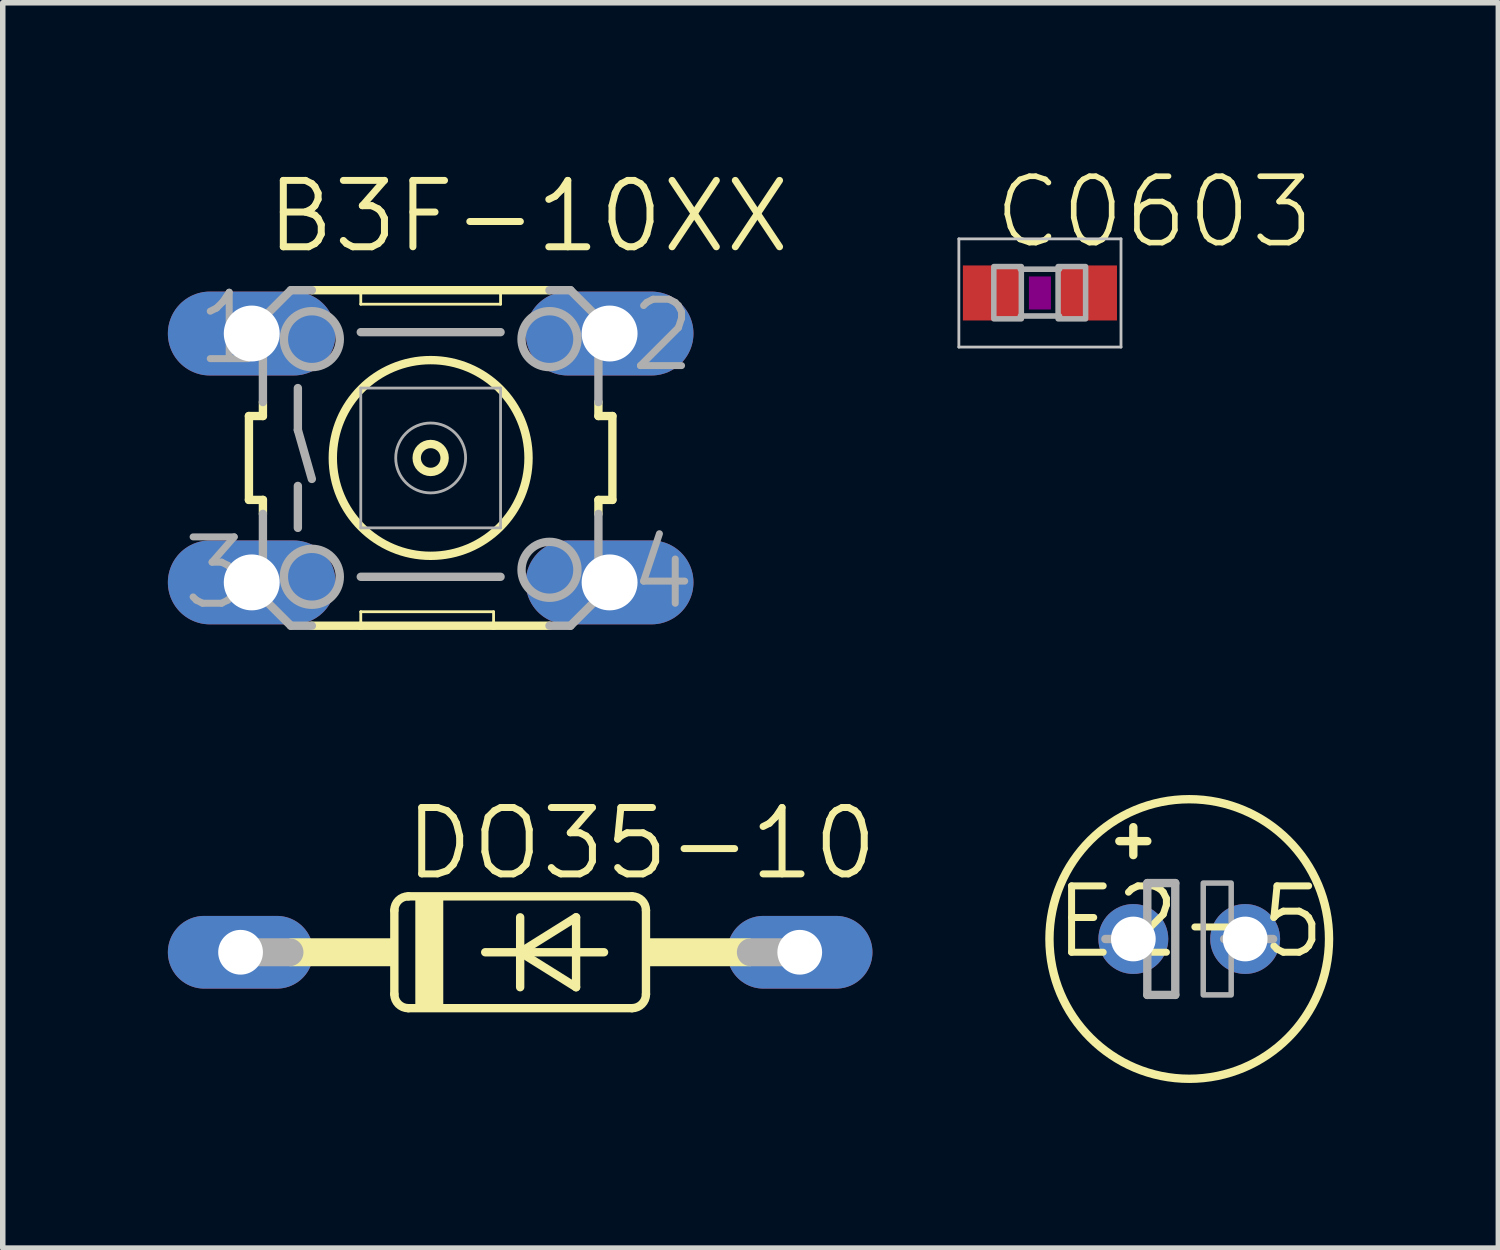
<source format=kicad_pcb>
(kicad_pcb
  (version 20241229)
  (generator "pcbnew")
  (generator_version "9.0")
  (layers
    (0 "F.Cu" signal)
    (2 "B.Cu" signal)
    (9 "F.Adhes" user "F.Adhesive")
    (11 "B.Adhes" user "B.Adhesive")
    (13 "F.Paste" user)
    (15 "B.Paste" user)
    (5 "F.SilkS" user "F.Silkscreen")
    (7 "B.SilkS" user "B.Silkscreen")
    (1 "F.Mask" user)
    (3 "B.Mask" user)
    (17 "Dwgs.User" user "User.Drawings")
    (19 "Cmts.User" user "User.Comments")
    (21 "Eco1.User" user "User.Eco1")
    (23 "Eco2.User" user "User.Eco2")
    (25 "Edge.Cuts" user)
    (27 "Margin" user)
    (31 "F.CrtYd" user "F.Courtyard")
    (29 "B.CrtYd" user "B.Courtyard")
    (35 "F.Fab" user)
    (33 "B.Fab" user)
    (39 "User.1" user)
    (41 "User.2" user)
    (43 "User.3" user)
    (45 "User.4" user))
  (footprint "E2-5"
    (layer "F.Cu")
    (at 18.558 14.011)
    (property "Reference" "E2-5" (at 2.54 -1.016 0) (layer "F.SilkS") (effects (font (size 1.206 1.206) (thickness 0.127)) (justify right top)))
    (attr through_hole)
    (fp_line (start -1.27 -1.778) (end -0.762 -1.778) (stroke (width 0.152) (type solid)) (layer "F.SilkS"))
    (fp_line (start -1.016 -1.524) (end -1.016 -2.032) (stroke (width 0.152) (type solid)) (layer "F.SilkS"))
    (fp_circle (center 0 0) (end 2.54 0) (stroke (width 0.152) (type solid)) (fill no) (layer "F.SilkS"))
    (fp_line (start -1.524 0) (end -0.762 0) (stroke (width 0.152) (type solid)) (layer "F.Fab"))
    (fp_line (start -0.762 -1.016) (end -0.762 0) (stroke (width 0.152) (type solid)) (layer "F.Fab"))
    (fp_line (start -0.762 0) (end -0.762 1.016) (stroke (width 0.152) (type solid)) (layer "F.Fab"))
    (fp_line (start -0.762 1.016) (end -0.254 1.016) (stroke (width 0.152) (type solid)) (layer "F.Fab"))
    (fp_line (start -0.254 -1.016) (end -0.762 -1.016) (stroke (width 0.152) (type solid)) (layer "F.Fab"))
    (fp_line (start -0.254 1.016) (end -0.254 -1.016) (stroke (width 0.152) (type solid)) (layer "F.Fab"))
    (fp_line (start 0.635 0) (end 1.524 0) (stroke (width 0.152) (type solid)) (layer "F.Fab"))
    (fp_poly (pts (xy 0.254 1.016) (xy 0.762 1.016) (xy 0.762 -1.016) (xy 0.254 -1.016)) (stroke (width 0.1) (type solid)) (fill no) (layer "F.Fab"))
    (pad "+" thru_hole circle (at -1.016 0) (size 1.27 1.27) (drill 0.813) (layers "*.Cu" "*.Mask"))
    (pad "-" thru_hole circle (at 1.016 0) (size 1.27 1.27) (drill 0.813) (layers "*.Cu" "*.Mask")))
  (footprint "DO35-10"
    (layer "F.Cu")
    (at 6.401 14.252)
    (property "Reference" "DO35-10" (at -2.159 -1.27 0) (layer "F.SilkS") (effects (font (size 1.206 1.206) (thickness 0.127)) (justify left bottom)))
    (attr through_hole)
    (fp_line (start -2.286 -0.762) (end -2.286 0.762) (stroke (width 0.152) (type solid)) (layer "F.SilkS"))
    (fp_line (start -2.032 -1.016) (end 2.032 -1.016) (stroke (width 0.152) (type solid)) (layer "F.SilkS"))
    (fp_line (start -2.032 1.016) (end 2.032 1.016) (stroke (width 0.152) (type solid)) (layer "F.SilkS"))
    (fp_line (start -0.635 0) (end 0 0) (stroke (width 0.152) (type solid)) (layer "F.SilkS"))
    (fp_line (start 0 -0.635) (end 0 0) (stroke (width 0.152) (type solid)) (layer "F.SilkS"))
    (fp_line (start 0 0) (end 0 0.635) (stroke (width 0.152) (type solid)) (layer "F.SilkS"))
    (fp_line (start 0 0) (end 1.016 -0.635) (stroke (width 0.152) (type solid)) (layer "F.SilkS"))
    (fp_line (start 0 0) (end 1.524 0) (stroke (width 0.152) (type solid)) (layer "F.SilkS"))
    (fp_line (start 1.016 -0.635) (end 1.016 0.635) (stroke (width 0.152) (type solid)) (layer "F.SilkS"))
    (fp_line (start 1.016 0.635) (end 0 0) (stroke (width 0.152) (type solid)) (layer "F.SilkS"))
    (fp_line (start 2.286 0.762) (end 2.286 -0.762) (stroke (width 0.152) (type solid)) (layer "F.SilkS"))
    (fp_arc (start -2.286 -0.762) (mid -2.211605 -0.941605) (end -2.032 -1.016) (stroke (width 0.1524) (type solid)) (layer "F.SilkS"))
    (fp_arc (start -2.032 1.016) (mid -2.211605 0.941605) (end -2.286 0.762) (stroke (width 0.1524) (type solid)) (layer "F.SilkS"))
    (fp_arc (start 2.032 -1.016) (mid 2.211605 -0.941605) (end 2.286 -0.762) (stroke (width 0.1524) (type solid)) (layer "F.SilkS"))
    (fp_arc (start 2.286 0.762) (mid 2.211605 0.941605) (end 2.032 1.016) (stroke (width 0.1524) (type solid)) (layer "F.SilkS"))
    (fp_poly (pts (xy -4.191 0.254) (xy -2.286 0.254) (xy -2.286 -0.254) (xy -4.191 -0.254)) (stroke (width 0) (type solid)) (fill yes) (layer "F.SilkS"))
    (fp_poly (pts (xy -1.905 1.016) (xy -1.397 1.016) (xy -1.397 -1.016) (xy -1.905 -1.016)) (stroke (width 0) (type solid)) (fill yes) (layer "F.SilkS"))
    (fp_poly (pts (xy 2.286 0.254) (xy 4.191 0.254) (xy 4.191 -0.254) (xy 2.286 -0.254)) (stroke (width 0) (type solid)) (fill yes) (layer "F.SilkS"))
    (fp_line (start -5.08 0) (end -4.191 0) (stroke (width 0.508) (type solid)) (layer "F.Fab"))
    (fp_line (start 5.08 0) (end 4.191 0) (stroke (width 0.508) (type solid)) (layer "F.Fab"))
    (pad "A" thru_hole oval (at 5.08 0) (size 2.642 1.321) (drill 0.813) (layers "*.Cu" "*.Mask"))
    (pad "C" thru_hole oval (at -5.08 0) (size 2.642 1.321) (drill 0.813) (layers "*.Cu" "*.Mask")))
  (footprint "B3F-10XX"
    (layer "F.Cu")
    (at 4.775 5.271)
    (property "Reference" "B3F-10XX" (at -3.048 -3.683 0) (layer "F.SilkS") (effects (font (size 1.206 1.206) (thickness 0.127)) (justify left bottom)))
    (attr through_hole)
    (fp_line (start -3.302 -0.762) (end -3.302 0.762) (stroke (width 0.152) (type solid)) (layer "F.SilkS"))
    (fp_line (start -3.302 -0.762) (end -3.048 -0.762) (stroke (width 0.152) (type solid)) (layer "F.SilkS"))
    (fp_line (start -3.048 -0.762) (end -3.048 -1.016) (stroke (width 0.152) (type solid)) (layer "F.SilkS"))
    (fp_line (start -3.048 0.762) (end -3.302 0.762) (stroke (width 0.152) (type solid)) (layer "F.SilkS"))
    (fp_line (start -3.048 0.762) (end -3.048 1.016) (stroke (width 0.152) (type solid)) (layer "F.SilkS"))
    (fp_line (start -2.159 3.048) (end -1.27 3.048) (stroke (width 0.152) (type solid)) (layer "F.SilkS"))
    (fp_line (start -1.27 -3.048) (end -2.159 -3.048) (stroke (width 0.152) (type solid)) (layer "F.SilkS"))
    (fp_line (start -1.27 -3.048) (end -1.27 -2.794) (stroke (width 0.051) (type solid)) (layer "F.SilkS"))
    (fp_line (start -1.27 2.794) (end -1.27 3.048) (stroke (width 0.051) (type solid)) (layer "F.SilkS"))
    (fp_line (start -1.27 3.048) (end 1.143 3.048) (stroke (width 0.152) (type solid)) (layer "F.SilkS"))
    (fp_line (start 1.143 2.794) (end -1.27 2.794) (stroke (width 0.051) (type solid)) (layer "F.SilkS"))
    (fp_line (start 1.143 2.794) (end 1.143 3.048) (stroke (width 0.051) (type solid)) (layer "F.SilkS"))
    (fp_line (start 1.143 3.048) (end 2.159 3.048) (stroke (width 0.152) (type solid)) (layer "F.SilkS"))
    (fp_line (start 1.27 -3.048) (end -1.27 -3.048) (stroke (width 0.152) (type solid)) (layer "F.SilkS"))
    (fp_line (start 1.27 -2.794) (end -1.27 -2.794) (stroke (width 0.051) (type solid)) (layer "F.SilkS"))
    (fp_line (start 1.27 -2.794) (end 1.27 -3.048) (stroke (width 0.051) (type solid)) (layer "F.SilkS"))
    (fp_line (start 2.159 -3.048) (end 1.27 -3.048) (stroke (width 0.152) (type solid)) (layer "F.SilkS"))
    (fp_line (start 3.048 -0.762) (end 3.048 -1.016) (stroke (width 0.152) (type solid)) (layer "F.SilkS"))
    (fp_line (start 3.048 -0.762) (end 3.302 -0.762) (stroke (width 0.152) (type solid)) (layer "F.SilkS"))
    (fp_line (start 3.048 0.762) (end 3.048 1.016) (stroke (width 0.152) (type solid)) (layer "F.SilkS"))
    (fp_line (start 3.302 0.762) (end 3.048 0.762) (stroke (width 0.152) (type solid)) (layer "F.SilkS"))
    (fp_line (start 3.302 0.762) (end 3.302 -0.762) (stroke (width 0.152) (type solid)) (layer "F.SilkS"))
    (fp_circle (center 0 0) (end 0.254 0) (stroke (width 0.152) (type solid)) (fill no) (layer "F.SilkS"))
    (fp_circle (center 0 0) (end 1.778 0) (stroke (width 0.152) (type solid)) (fill no) (layer "F.SilkS"))
    (fp_line (start -3.048 -2.54) (end -3.048 -1.016) (stroke (width 0.152) (type solid)) (layer "F.Fab"))
    (fp_line (start -3.048 2.54) (end -3.048 1.016) (stroke (width 0.152) (type solid)) (layer "F.Fab"))
    (fp_line (start -2.54 -3.048) (end -3.048 -2.54) (stroke (width 0.152) (type solid)) (layer "F.Fab"))
    (fp_line (start -2.54 -3.048) (end -2.159 -3.048) (stroke (width 0.152) (type solid)) (layer "F.Fab"))
    (fp_line (start -2.54 3.048) (end -3.048 2.54) (stroke (width 0.152) (type solid)) (layer "F.Fab"))
    (fp_line (start -2.54 3.048) (end -2.159 3.048) (stroke (width 0.152) (type solid)) (layer "F.Fab"))
    (fp_line (start -2.413 -1.27) (end -2.413 -0.508) (stroke (width 0.152) (type solid)) (layer "F.Fab"))
    (fp_line (start -2.413 -0.508) (end -2.159 0.381) (stroke (width 0.152) (type solid)) (layer "F.Fab"))
    (fp_line (start -2.413 0.508) (end -2.413 1.27) (stroke (width 0.152) (type solid)) (layer "F.Fab"))
    (fp_line (start -1.27 -1.27) (end -1.27 1.27) (stroke (width 0.051) (type solid)) (layer "F.Fab"))
    (fp_line (start -1.27 -1.27) (end 1.27 -1.27) (stroke (width 0.051) (type solid)) (layer "F.Fab"))
    (fp_line (start -1.27 2.159) (end 1.27 2.159) (stroke (width 0.152) (type solid)) (layer "F.Fab"))
    (fp_line (start 1.27 -2.286) (end -1.27 -2.286) (stroke (width 0.152) (type solid)) (layer "F.Fab"))
    (fp_line (start 1.27 1.27) (end -1.27 1.27) (stroke (width 0.051) (type solid)) (layer "F.Fab"))
    (fp_line (start 1.27 1.27) (end 1.27 -1.27) (stroke (width 0.051) (type solid)) (layer "F.Fab"))
    (fp_line (start 2.54 -3.048) (end 2.159 -3.048) (stroke (width 0.152) (type solid)) (layer "F.Fab"))
    (fp_line (start 2.54 3.048) (end 2.159 3.048) (stroke (width 0.152) (type solid)) (layer "F.Fab"))
    (fp_line (start 2.54 3.048) (end 3.048 2.54) (stroke (width 0.152) (type solid)) (layer "F.Fab"))
    (fp_line (start 3.048 -2.54) (end 2.54 -3.048) (stroke (width 0.152) (type solid)) (layer "F.Fab"))
    (fp_line (start 3.048 -1.016) (end 3.048 -2.54) (stroke (width 0.152) (type solid)) (layer "F.Fab"))
    (fp_line (start 3.048 2.54) (end 3.048 1.016) (stroke (width 0.152) (type solid)) (layer "F.Fab"))
    (fp_circle (center -2.159 -2.159) (end -1.651 -2.159) (stroke (width 0.152) (type solid)) (fill no) (layer "F.Fab"))
    (fp_circle (center -2.159 2.159) (end -1.651 2.159) (stroke (width 0.152) (type solid)) (fill no) (layer "F.Fab"))
    (fp_circle (center 0 0) (end 0.635 0) (stroke (width 0.051) (type solid)) (fill no) (layer "F.Fab"))
    (fp_circle (center 2.159 -2.159) (end 2.667 -2.159) (stroke (width 0.152) (type solid)) (fill no) (layer "F.Fab"))
    (fp_circle (center 2.159 2.032) (end 2.667 2.032) (stroke (width 0.152) (type solid)) (fill no) (layer "F.Fab"))
    (fp_text user "4" (at 3.556 2.794 0) (layer "F.Fab") (effects (font (size 1.206 1.206) (thickness 0.127)) (justify left bottom)))
    (fp_text user "1" (at -4.318 -1.651 0) (layer "F.Fab") (effects (font (size 1.206 1.206) (thickness 0.127)) (justify left bottom)))
    (fp_text user "2" (at 3.556 -1.524 0) (layer "F.Fab") (effects (font (size 1.206 1.206) (thickness 0.127)) (justify left bottom)))
    (fp_text user "3" (at -4.572 2.794 0) (layer "F.Fab") (effects (font (size 1.206 1.206) (thickness 0.127)) (justify left bottom)))
    (pad "1" thru_hole oval (at -3.251 -2.261) (size 3.048 1.524) (drill 1.016) (layers "*.Cu" "*.Mask"))
    (pad "2" thru_hole oval (at 3.251 -2.261) (size 3.048 1.524) (drill 1.016) (layers "*.Cu" "*.Mask"))
    (pad "3" thru_hole oval (at -3.251 2.261) (size 3.048 1.524) (drill 1.016) (layers "*.Cu" "*.Mask"))
    (pad "4" thru_hole oval (at 3.251 2.261) (size 3.048 1.524) (drill 1.016) (layers "*.Cu" "*.Mask")))
  (footprint "C0603"
    (layer "F.Cu")
    (at 15.845 2.273)
    (property "Reference" "C0603" (at -0.889 -0.762 0) (layer "F.SilkS") (effects (font (size 1.206 1.206) (thickness 0.102)) (justify left bottom)))
    (attr through_hole)
    (fp_poly (pts (xy -0.2 0.3) (xy 0.2 0.3) (xy 0.2 -0.3) (xy -0.2 -0.3)) (stroke (width 0) (type solid)) (fill yes) (layer "F.Adhes"))
    (fp_line (start -1.473 -0.983) (end 1.473 -0.983) (stroke (width 0.051) (type solid)) (layer "Dwgs.User"))
    (fp_line (start -1.473 0.983) (end -1.473 -0.983) (stroke (width 0.051) (type solid)) (layer "Dwgs.User"))
    (fp_line (start 1.473 -0.983) (end 1.473 0.983) (stroke (width 0.051) (type solid)) (layer "Dwgs.User"))
    (fp_line (start 1.473 0.983) (end -1.473 0.983) (stroke (width 0.051) (type solid)) (layer "Dwgs.User"))
    (fp_line (start -0.356 -0.432) (end 0.356 -0.432) (stroke (width 0.102) (type solid)) (layer "F.Fab"))
    (fp_line (start -0.356 0.419) (end 0.356 0.419) (stroke (width 0.102) (type solid)) (layer "F.Fab"))
    (fp_poly (pts (xy -0.838 0.47) (xy -0.338 0.47) (xy -0.338 -0.48) (xy -0.838 -0.48)) (stroke (width 0.1) (type solid)) (fill no) (layer "F.Fab"))
    (fp_poly (pts (xy 0.33 0.47) (xy 0.83 0.47) (xy 0.83 -0.48) (xy 0.33 -0.48)) (stroke (width 0.1) (type solid)) (fill no) (layer "F.Fab"))
    (pad "1" smd rect (at -0.85 0) (size 1.1 1) (layers "F.Cu" "F.Mask" "F.Paste"))
    (pad "2" smd rect (at 0.85 0) (size 1.1 1) (layers "F.Cu" "F.Mask" "F.Paste")))
  (gr_rect
    (start -3 -3)
    (end 24.174 19.627)
    (stroke (width 0.1) (type default))
    (fill no)
    (layer "Edge.Cuts")))
</source>
